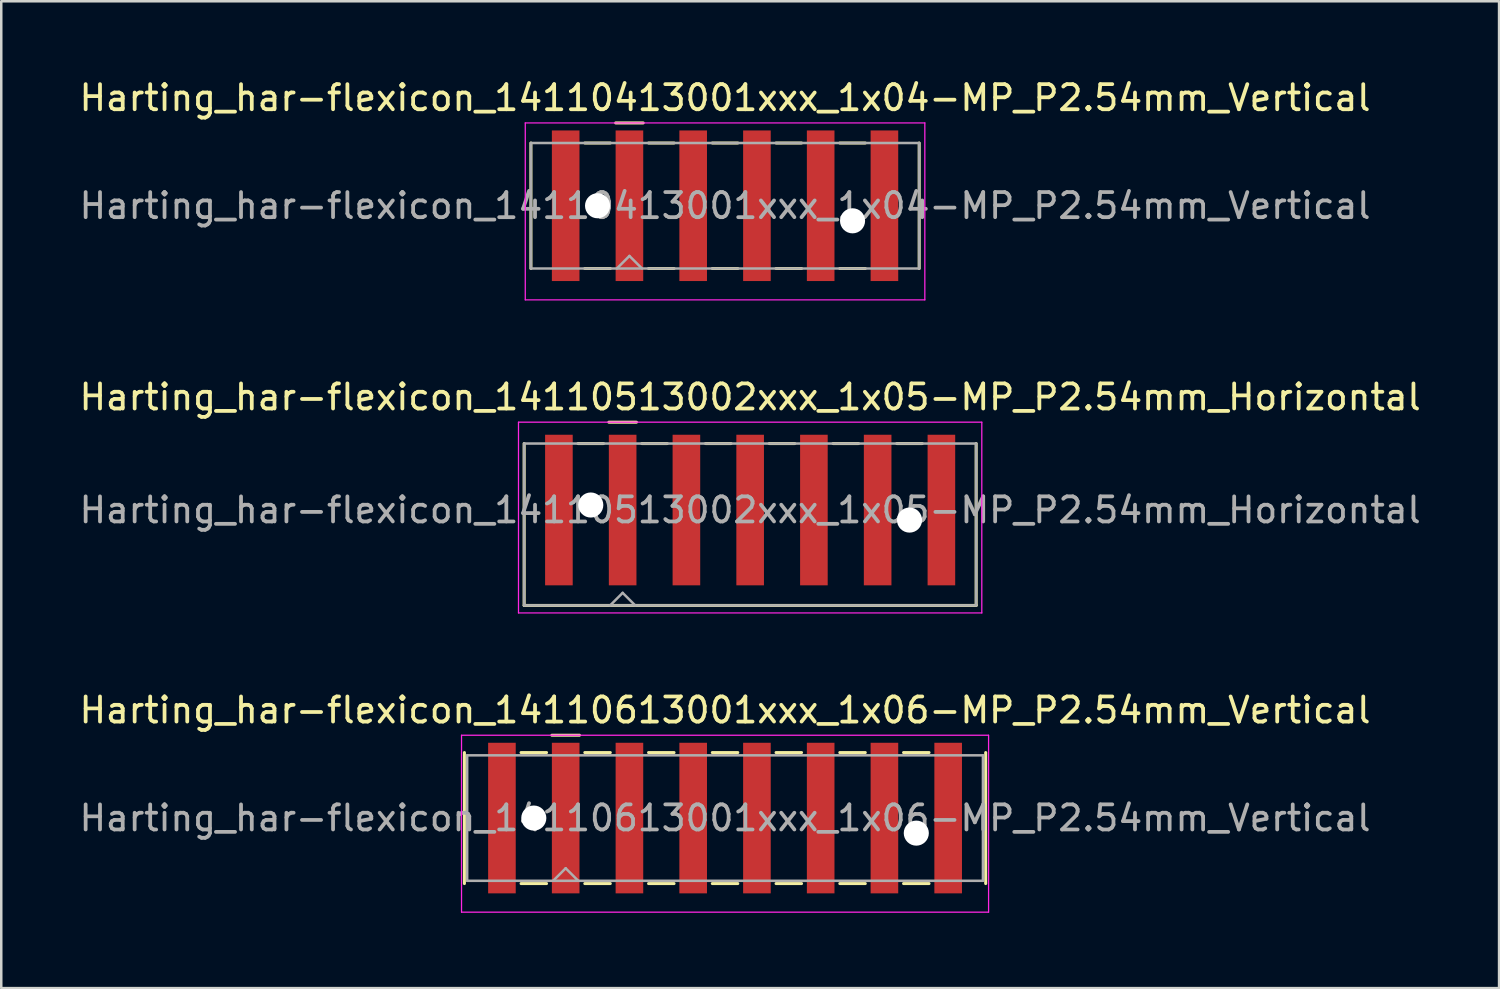
<source format=kicad_pcb>
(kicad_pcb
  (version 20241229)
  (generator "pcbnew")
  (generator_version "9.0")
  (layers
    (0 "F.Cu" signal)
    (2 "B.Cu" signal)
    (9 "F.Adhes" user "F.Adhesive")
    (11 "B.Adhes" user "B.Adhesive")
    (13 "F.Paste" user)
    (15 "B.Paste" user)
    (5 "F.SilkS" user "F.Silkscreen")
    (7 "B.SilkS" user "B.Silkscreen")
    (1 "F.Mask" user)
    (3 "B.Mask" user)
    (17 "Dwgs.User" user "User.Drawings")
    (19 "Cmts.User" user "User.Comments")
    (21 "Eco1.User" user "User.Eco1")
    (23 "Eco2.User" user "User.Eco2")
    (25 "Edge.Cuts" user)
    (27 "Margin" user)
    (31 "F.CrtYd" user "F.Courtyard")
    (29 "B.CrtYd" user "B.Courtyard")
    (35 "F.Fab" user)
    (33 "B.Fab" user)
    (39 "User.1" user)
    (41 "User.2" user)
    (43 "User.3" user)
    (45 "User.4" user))
  (footprint "Harting_har-flexicon_14110613001xxx_1x06-MP_P2.54mm_Vertical"
    (layer "F.Cu")
    (at 25.839 29.545)
    (property "Reference" "Harting_har-flexicon_14110613001xxx_1x06-MP_P2.54mm_Vertical" (at 0 -4.3 0) (layer "F.SilkS") (effects (font (size 1 1) (thickness 0.15))))
    (attr smd)
    (fp_line (start -10.385 -2.61) (end -10.385 2.61) (stroke (width 0.12) (type solid)) (layer "F.SilkS"))
    (fp_line (start -8.128 -2.61) (end -7.112 -2.61) (stroke (width 0.12) (type solid)) (layer "F.SilkS"))
    (fp_line (start -8.128 2.61) (end -7.112 2.61) (stroke (width 0.12) (type solid)) (layer "F.SilkS"))
    (fp_line (start -6.9 -3.3) (end -5.8 -3.3) (stroke (width 0.12) (type solid)) (layer "F.SilkS"))
    (fp_line (start -5.588 -2.61) (end -4.572 -2.61) (stroke (width 0.12) (type solid)) (layer "F.SilkS"))
    (fp_line (start -5.588 2.61) (end -4.572 2.61) (stroke (width 0.12) (type solid)) (layer "F.SilkS"))
    (fp_line (start -3.048 -2.61) (end -2.032 -2.61) (stroke (width 0.12) (type solid)) (layer "F.SilkS"))
    (fp_line (start -3.048 2.61) (end -2.032 2.61) (stroke (width 0.12) (type solid)) (layer "F.SilkS"))
    (fp_line (start -0.508 -2.61) (end 0.508 -2.61) (stroke (width 0.12) (type solid)) (layer "F.SilkS"))
    (fp_line (start -0.508 2.61) (end 0.508 2.61) (stroke (width 0.12) (type solid)) (layer "F.SilkS"))
    (fp_line (start 2.032 -2.61) (end 3.048 -2.61) (stroke (width 0.12) (type solid)) (layer "F.SilkS"))
    (fp_line (start 2.032 2.61) (end 3.048 2.61) (stroke (width 0.12) (type solid)) (layer "F.SilkS"))
    (fp_line (start 4.572 -2.61) (end 5.588 -2.61) (stroke (width 0.12) (type solid)) (layer "F.SilkS"))
    (fp_line (start 4.572 2.61) (end 5.588 2.61) (stroke (width 0.12) (type solid)) (layer "F.SilkS"))
    (fp_line (start 7.112 -2.61) (end 8.128 -2.61) (stroke (width 0.12) (type solid)) (layer "F.SilkS"))
    (fp_line (start 7.112 2.61) (end 8.128 2.61) (stroke (width 0.12) (type solid)) (layer "F.SilkS"))
    (fp_line (start 10.385 -2.61) (end 10.385 2.61) (stroke (width 0.12) (type solid)) (layer "F.SilkS"))
    (fp_line (start -10.5 -3.3) (end -10.5 3.75) (stroke (width 0.05) (type solid)) (layer "F.CrtYd"))
    (fp_line (start -10.5 3.75) (end 10.5 3.75) (stroke (width 0.05) (type solid)) (layer "F.CrtYd"))
    (fp_line (start 10.5 -3.3) (end -10.5 -3.3) (stroke (width 0.05) (type solid)) (layer "F.CrtYd"))
    (fp_line (start 10.5 3.75) (end 10.5 -3.3) (stroke (width 0.05) (type solid)) (layer "F.CrtYd"))
    (fp_line (start -10.275 -2.5) (end -10.275 2.5) (stroke (width 0.1) (type solid)) (layer "F.Fab"))
    (fp_line (start -10.275 2.5) (end 10.275 2.5) (stroke (width 0.1) (type solid)) (layer "F.Fab"))
    (fp_line (start -6.85 2.5) (end -6.35 2) (stroke (width 0.1) (type solid)) (layer "F.Fab"))
    (fp_line (start -6.35 2) (end -5.85 2.5) (stroke (width 0.1) (type solid)) (layer "F.Fab"))
    (fp_line (start 10.275 -2.5) (end -10.275 -2.5) (stroke (width 0.1) (type solid)) (layer "F.Fab"))
    (fp_line (start 10.275 2.5) (end 10.275 -2.5) (stroke (width 0.1) (type solid)) (layer "F.Fab"))
    (fp_text user "${REFERENCE}" (at 0 0 0) (layer "F.Fab") (effects (font (size 1 1) (thickness 0.15))))
    (pad "" np_thru_hole circle (at -7.62 0) (size 1 1) (drill 1) (layers "*.Cu" "*.Mask"))
    (pad "" np_thru_hole circle (at 7.62 0.6) (size 1 1) (drill 1) (layers "*.Cu" "*.Mask"))
    (pad "1" smd rect (at -6.35 0) (size 1.1 6) (layers "F.Cu" "F.Mask" "F.Paste"))
    (pad "2" smd rect (at -3.81 0) (size 1.1 6) (layers "F.Cu" "F.Mask" "F.Paste"))
    (pad "3" smd rect (at -1.27 0) (size 1.1 6) (layers "F.Cu" "F.Mask" "F.Paste"))
    (pad "4" smd rect (at 1.27 0) (size 1.1 6) (layers "F.Cu" "F.Mask" "F.Paste"))
    (pad "5" smd rect (at 3.81 0) (size 1.1 6) (layers "F.Cu" "F.Mask" "F.Paste"))
    (pad "6" smd rect (at 6.35 0) (size 1.1 6) (layers "F.Cu" "F.Mask" "F.Paste"))
    (pad "MP" smd rect (at -8.89 0) (size 1.1 6) (layers "F.Cu" "F.Mask" "F.Paste"))
    (pad "MP" smd rect (at 8.89 0) (size 1.1 6) (layers "F.Cu" "F.Mask" "F.Paste")))
  (footprint "Harting_har-flexicon_14110513002xxx_1x05-MP_P2.54mm_Horizontal"
    (layer "F.Cu")
    (at 26.839 18.572)
    (property "Reference" "Harting_har-flexicon_14110513002xxx_1x05-MP_P2.54mm_Horizontal" (at 0 -5.8 0) (layer "F.SilkS") (effects (font (size 1 1) (thickness 0.15))))
    (attr smd)
    (fp_line (start -9.005 -3.95) (end -9.005 2.5) (stroke (width 0.12) (type solid)) (layer "F.SilkS"))
    (fp_line (start -6.858 -3.95) (end -5.842 -3.95) (stroke (width 0.12) (type solid)) (layer "F.SilkS"))
    (fp_line (start -5.63 -4.8) (end -4.53 -4.8) (stroke (width 0.12) (type solid)) (layer "F.SilkS"))
    (fp_line (start -4.318 -3.95) (end -3.302 -3.95) (stroke (width 0.12) (type solid)) (layer "F.SilkS"))
    (fp_line (start -1.778 -3.95) (end -0.762 -3.95) (stroke (width 0.12) (type solid)) (layer "F.SilkS"))
    (fp_line (start 0.762 -3.95) (end 1.778 -3.95) (stroke (width 0.12) (type solid)) (layer "F.SilkS"))
    (fp_line (start 3.302 -3.95) (end 4.318 -3.95) (stroke (width 0.12) (type solid)) (layer "F.SilkS"))
    (fp_line (start 5.842 -3.95) (end 6.858 -3.95) (stroke (width 0.12) (type solid)) (layer "F.SilkS"))
    (fp_line (start 9.005 -3.95) (end 9.005 2.5) (stroke (width 0.12) (type solid)) (layer "F.SilkS"))
    (fp_line (start 9.005 2.5) (end -9.005 2.5) (stroke (width 0.12) (type solid)) (layer "F.SilkS"))
    (fp_line (start -9.23 -4.8) (end -9.23 2.8) (stroke (width 0.05) (type solid)) (layer "F.CrtYd"))
    (fp_line (start -9.23 2.8) (end 9.23 2.8) (stroke (width 0.05) (type solid)) (layer "F.CrtYd"))
    (fp_line (start 9.23 -4.8) (end -9.23 -4.8) (stroke (width 0.05) (type solid)) (layer "F.CrtYd"))
    (fp_line (start 9.23 2.8) (end 9.23 -4.8) (stroke (width 0.05) (type solid)) (layer "F.CrtYd"))
    (fp_line (start -9.005 -3.95) (end -9.005 2.5) (stroke (width 0.1) (type solid)) (layer "F.Fab"))
    (fp_line (start -9.005 2.5) (end 9.005 2.5) (stroke (width 0.1) (type solid)) (layer "F.Fab"))
    (fp_line (start -5.58 2.5) (end -5.08 2) (stroke (width 0.1) (type solid)) (layer "F.Fab"))
    (fp_line (start -5.08 2) (end -4.58 2.5) (stroke (width 0.1) (type solid)) (layer "F.Fab"))
    (fp_line (start 9.005 -3.95) (end -9.005 -3.95) (stroke (width 0.1) (type solid)) (layer "F.Fab"))
    (fp_line (start 9.005 2.5) (end 9.005 -3.95) (stroke (width 0.1) (type solid)) (layer "F.Fab"))
    (fp_text user "${REFERENCE}" (at 0 -1.3 0) (layer "F.Fab") (effects (font (size 1 1) (thickness 0.15))))
    (pad "" np_thru_hole circle (at -6.35 -1.5) (size 1 1) (drill 1) (layers "*.Cu" "*.Mask"))
    (pad "" np_thru_hole circle (at 6.35 -0.9) (size 1 1) (drill 1) (layers "*.Cu" "*.Mask"))
    (pad "1" smd rect (at -5.08 -1.3) (size 1.1 6) (layers "F.Cu" "F.Mask" "F.Paste"))
    (pad "2" smd rect (at -2.54 -1.3) (size 1.1 6) (layers "F.Cu" "F.Mask" "F.Paste"))
    (pad "3" smd rect (at 0 -1.3) (size 1.1 6) (layers "F.Cu" "F.Mask" "F.Paste"))
    (pad "4" smd rect (at 2.54 -1.3) (size 1.1 6) (layers "F.Cu" "F.Mask" "F.Paste"))
    (pad "5" smd rect (at 5.08 -1.3) (size 1.1 6) (layers "F.Cu" "F.Mask" "F.Paste"))
    (pad "MP" smd rect (at -7.62 -1.3) (size 1.1 6) (layers "F.Cu" "F.Mask" "F.Paste"))
    (pad "MP" smd rect (at 7.62 -1.3) (size 1.1 6) (layers "F.Cu" "F.Mask" "F.Paste")))
  (footprint "Harting_har-flexicon_14110413001xxx_1x04-MP_P2.54mm_Vertical"
    (layer "F.Cu")
    (at 25.839 5.148)
    (property "Reference" "Harting_har-flexicon_14110413001xxx_1x04-MP_P2.54mm_Vertical" (at 0 -4.3 0) (layer "F.SilkS") (effects (font (size 1 1) (thickness 0.15))))
    (attr smd)
    (fp_line (start -7.735 -2.5) (end -7.735 2.5) (stroke (width 0.12) (type solid)) (layer "F.SilkS"))
    (fp_line (start -5.588 -2.5) (end -4.572 -2.5) (stroke (width 0.12) (type solid)) (layer "F.SilkS"))
    (fp_line (start -5.588 2.5) (end -4.572 2.5) (stroke (width 0.12) (type solid)) (layer "F.SilkS"))
    (fp_line (start -4.36 -3.3) (end -3.26 -3.3) (stroke (width 0.12) (type solid)) (layer "F.SilkS"))
    (fp_line (start -3.048 -2.5) (end -2.032 -2.5) (stroke (width 0.12) (type solid)) (layer "F.SilkS"))
    (fp_line (start -3.048 2.5) (end -2.032 2.5) (stroke (width 0.12) (type solid)) (layer "F.SilkS"))
    (fp_line (start -0.508 -2.5) (end 0.508 -2.5) (stroke (width 0.12) (type solid)) (layer "F.SilkS"))
    (fp_line (start -0.508 2.5) (end 0.508 2.5) (stroke (width 0.12) (type solid)) (layer "F.SilkS"))
    (fp_line (start 2.032 -2.5) (end 3.048 -2.5) (stroke (width 0.12) (type solid)) (layer "F.SilkS"))
    (fp_line (start 2.032 2.5) (end 3.048 2.5) (stroke (width 0.12) (type solid)) (layer "F.SilkS"))
    (fp_line (start 4.572 -2.5) (end 5.588 -2.5) (stroke (width 0.12) (type solid)) (layer "F.SilkS"))
    (fp_line (start 4.572 2.5) (end 5.588 2.5) (stroke (width 0.12) (type solid)) (layer "F.SilkS"))
    (fp_line (start 7.735 -2.5) (end 7.735 2.5) (stroke (width 0.12) (type solid)) (layer "F.SilkS"))
    (fp_line (start -7.96 -3.3) (end -7.96 3.75) (stroke (width 0.05) (type solid)) (layer "F.CrtYd"))
    (fp_line (start -7.96 3.75) (end 7.96 3.75) (stroke (width 0.05) (type solid)) (layer "F.CrtYd"))
    (fp_line (start 7.96 -3.3) (end -7.96 -3.3) (stroke (width 0.05) (type solid)) (layer "F.CrtYd"))
    (fp_line (start 7.96 3.75) (end 7.96 -3.3) (stroke (width 0.05) (type solid)) (layer "F.CrtYd"))
    (fp_line (start -7.735 -2.5) (end -7.735 2.5) (stroke (width 0.1) (type solid)) (layer "F.Fab"))
    (fp_line (start -7.735 2.5) (end 7.735 2.5) (stroke (width 0.1) (type solid)) (layer "F.Fab"))
    (fp_line (start -4.31 2.5) (end -3.81 2) (stroke (width 0.1) (type solid)) (layer "F.Fab"))
    (fp_line (start -3.81 2) (end -3.31 2.5) (stroke (width 0.1) (type solid)) (layer "F.Fab"))
    (fp_line (start 7.735 -2.5) (end -7.735 -2.5) (stroke (width 0.1) (type solid)) (layer "F.Fab"))
    (fp_line (start 7.735 2.5) (end 7.735 -2.5) (stroke (width 0.1) (type solid)) (layer "F.Fab"))
    (fp_text user "${REFERENCE}" (at 0 0 0) (layer "F.Fab") (effects (font (size 1 1) (thickness 0.15))))
    (pad "" np_thru_hole circle (at -5.08 0) (size 1 1) (drill 1) (layers "*.Cu" "*.Mask"))
    (pad "" np_thru_hole circle (at 5.08 0.6) (size 1 1) (drill 1) (layers "*.Cu" "*.Mask"))
    (pad "1" smd rect (at -3.81 0) (size 1.1 6) (layers "F.Cu" "F.Mask" "F.Paste"))
    (pad "2" smd rect (at -1.27 0) (size 1.1 6) (layers "F.Cu" "F.Mask" "F.Paste"))
    (pad "3" smd rect (at 1.27 0) (size 1.1 6) (layers "F.Cu" "F.Mask" "F.Paste"))
    (pad "4" smd rect (at 3.81 0) (size 1.1 6) (layers "F.Cu" "F.Mask" "F.Paste"))
    (pad "MP" smd rect (at -6.35 0) (size 1.1 6) (layers "F.Cu" "F.Mask" "F.Paste"))
    (pad "MP" smd rect (at 6.35 0) (size 1.1 6) (layers "F.Cu" "F.Mask" "F.Paste")))
  (gr_rect
    (start -3 -3)
    (end 56.679 36.32)
    (stroke (width 0.1) (type default))
    (fill no)
    (layer "Edge.Cuts")))
</source>
